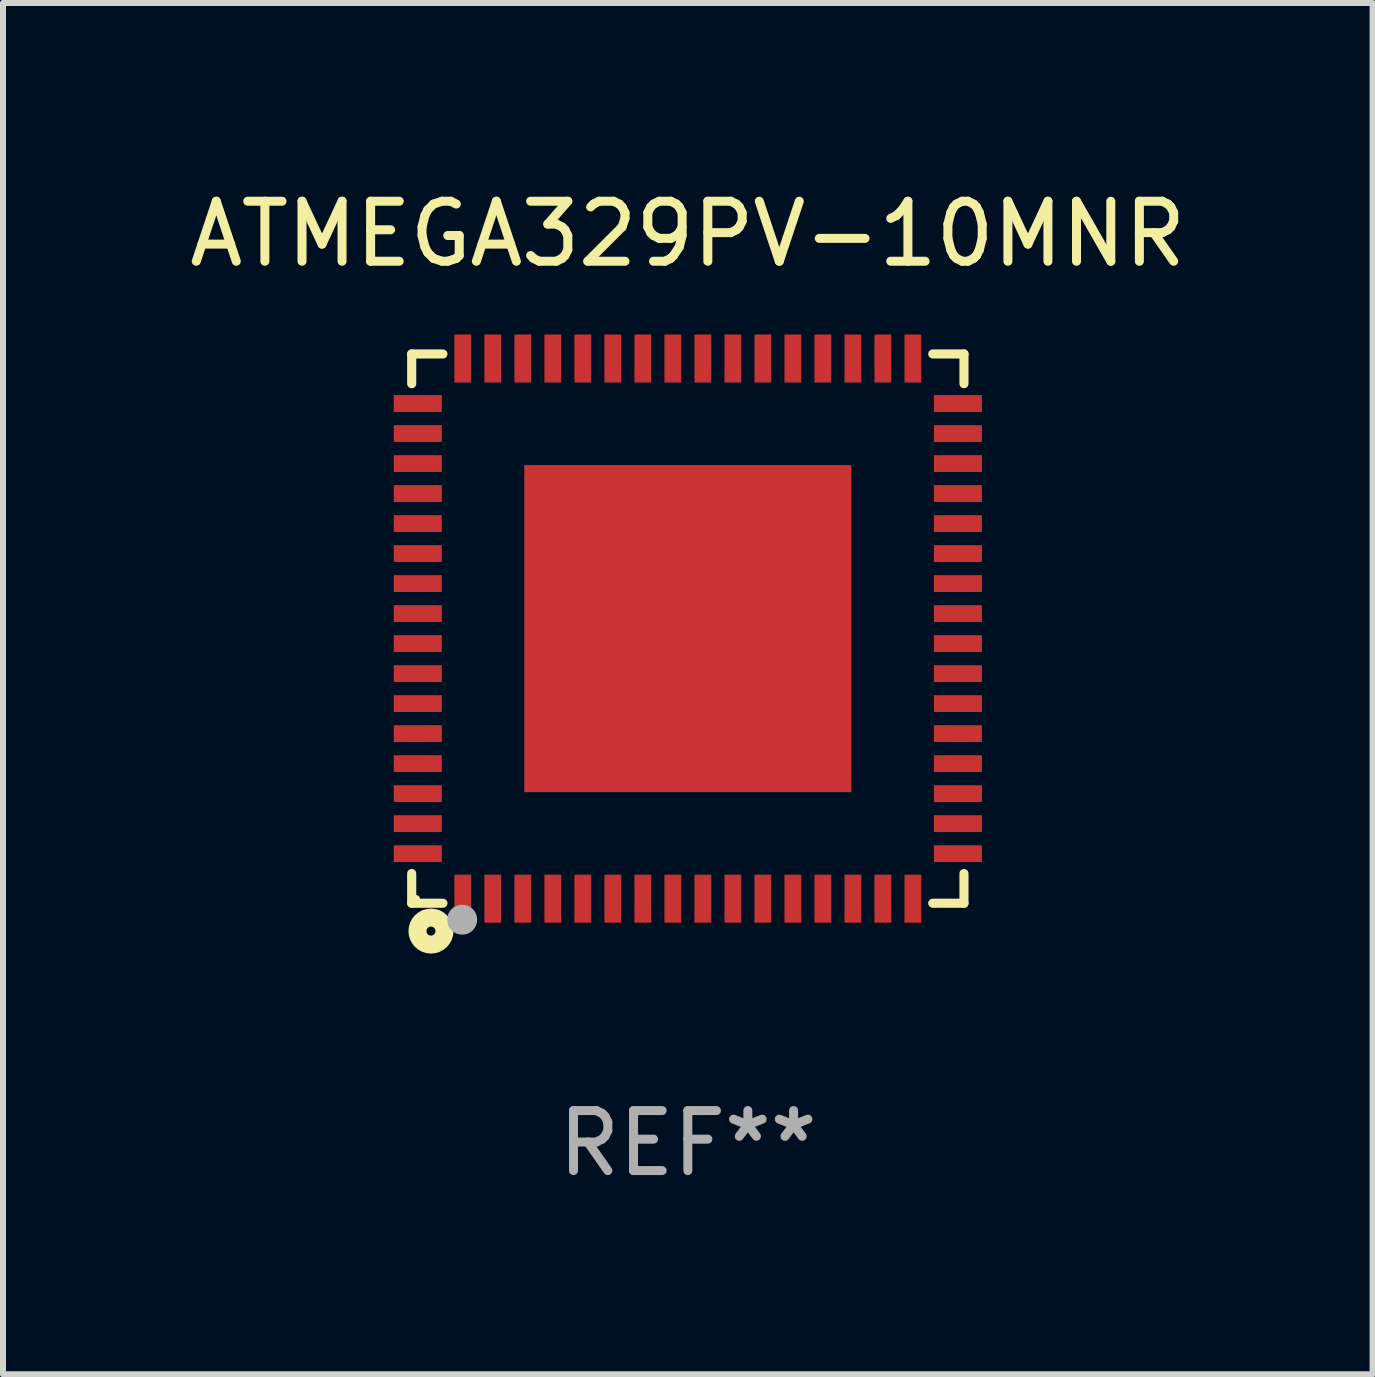
<source format=kicad_pcb>
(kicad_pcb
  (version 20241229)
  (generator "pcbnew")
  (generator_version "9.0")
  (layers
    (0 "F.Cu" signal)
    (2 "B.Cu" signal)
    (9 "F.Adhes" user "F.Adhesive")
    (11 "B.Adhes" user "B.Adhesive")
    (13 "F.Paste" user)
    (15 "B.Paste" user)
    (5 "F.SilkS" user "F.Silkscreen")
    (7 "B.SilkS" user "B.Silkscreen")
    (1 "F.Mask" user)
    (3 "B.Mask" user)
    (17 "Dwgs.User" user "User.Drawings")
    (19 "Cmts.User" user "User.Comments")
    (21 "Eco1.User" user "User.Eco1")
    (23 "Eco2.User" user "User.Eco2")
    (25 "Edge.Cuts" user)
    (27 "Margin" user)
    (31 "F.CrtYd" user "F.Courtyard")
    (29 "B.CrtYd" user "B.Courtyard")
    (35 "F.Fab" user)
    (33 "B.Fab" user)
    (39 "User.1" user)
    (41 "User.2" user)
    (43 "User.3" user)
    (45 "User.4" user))
  (footprint "ATMEGA329PV-10MNR"
    (layer "F.Cu")
    (at 8.411 7.424)
    (property "Reference" "ATMEGA329PV-10MNR" (at 0 -6.576 0) (layer "F.SilkS") (effects (font (size 1 1) (thickness 0.15))))
    (attr through_hole)
    (fp_line (start -4.601 -4.576) (end -4.081 -4.576) (stroke (width 0.152) (type solid)) (layer "F.SilkS"))
    (fp_line (start -4.601 -4.081) (end -4.601 -4.576) (stroke (width 0.152) (type solid)) (layer "F.SilkS"))
    (fp_line (start -4.601 4.081) (end -4.601 4.576) (stroke (width 0.152) (type solid)) (layer "F.SilkS"))
    (fp_line (start -4.601 4.576) (end -4.081 4.576) (stroke (width 0.152) (type solid)) (layer "F.SilkS"))
    (fp_line (start 4.601 -4.576) (end 4.081 -4.576) (stroke (width 0.152) (type solid)) (layer "F.SilkS"))
    (fp_line (start 4.601 -4.081) (end 4.601 -4.576) (stroke (width 0.152) (type solid)) (layer "F.SilkS"))
    (fp_line (start 4.601 4.081) (end 4.601 4.576) (stroke (width 0.152) (type solid)) (layer "F.SilkS"))
    (fp_line (start 4.601 4.576) (end 4.081 4.576) (stroke (width 0.152) (type solid)) (layer "F.SilkS"))
    (fp_circle (center -4.525 4.5) (end -4.495 4.5) (stroke (width 0.06) (type solid)) (fill no) (layer "F.SilkS"))
    (fp_circle (center -4.28 5.04) (end -4.205 5.04) (stroke (width 0.3) (type solid)) (fill no) (layer "F.SilkS"))
    (fp_circle (center -3.76 4.85) (end -3.635 4.85) (stroke (width 0.25) (type solid)) (fill no) (layer "F.Fab"))
    (fp_text user "REF**" (at 0 8.576 0) (layer "F.Fab") (effects (font (size 1 1) (thickness 0.15))))
    (pad "1" smd rect (at -3.75 4.5) (size 0.28 0.8) (layers "F.Cu" "F.Mask" "F.Paste"))
    (pad "2" smd rect (at -3.25 4.5) (size 0.28 0.8) (layers "F.Cu" "F.Mask" "F.Paste"))
    (pad "3" smd rect (at -2.75 4.5) (size 0.28 0.8) (layers "F.Cu" "F.Mask" "F.Paste"))
    (pad "4" smd rect (at -2.25 4.5) (size 0.28 0.8) (layers "F.Cu" "F.Mask" "F.Paste"))
    (pad "5" smd rect (at -1.75 4.5) (size 0.28 0.8) (layers "F.Cu" "F.Mask" "F.Paste"))
    (pad "6" smd rect (at -1.25 4.5) (size 0.28 0.8) (layers "F.Cu" "F.Mask" "F.Paste"))
    (pad "7" smd rect (at -0.75 4.5) (size 0.28 0.8) (layers "F.Cu" "F.Mask" "F.Paste"))
    (pad "8" smd rect (at -0.25 4.5) (size 0.28 0.8) (layers "F.Cu" "F.Mask" "F.Paste"))
    (pad "9" smd rect (at 0.25 4.5) (size 0.28 0.8) (layers "F.Cu" "F.Mask" "F.Paste"))
    (pad "10" smd rect (at 0.75 4.5) (size 0.28 0.8) (layers "F.Cu" "F.Mask" "F.Paste"))
    (pad "11" smd rect (at 1.25 4.5) (size 0.28 0.8) (layers "F.Cu" "F.Mask" "F.Paste"))
    (pad "12" smd rect (at 1.75 4.5) (size 0.28 0.8) (layers "F.Cu" "F.Mask" "F.Paste"))
    (pad "13" smd rect (at 2.25 4.5) (size 0.28 0.8) (layers "F.Cu" "F.Mask" "F.Paste"))
    (pad "14" smd rect (at 2.75 4.5) (size 0.28 0.8) (layers "F.Cu" "F.Mask" "F.Paste"))
    (pad "15" smd rect (at 3.25 4.5) (size 0.28 0.8) (layers "F.Cu" "F.Mask" "F.Paste"))
    (pad "16" smd rect (at 3.75 4.5) (size 0.28 0.8) (layers "F.Cu" "F.Mask" "F.Paste"))
    (pad "17" smd rect (at 4.5 3.75) (size 0.8 0.28) (layers "F.Cu" "F.Mask" "F.Paste"))
    (pad "18" smd rect (at 4.5 3.25) (size 0.8 0.28) (layers "F.Cu" "F.Mask" "F.Paste"))
    (pad "19" smd rect (at 4.5 2.75) (size 0.8 0.28) (layers "F.Cu" "F.Mask" "F.Paste"))
    (pad "20" smd rect (at 4.5 2.25) (size 0.8 0.28) (layers "F.Cu" "F.Mask" "F.Paste"))
    (pad "21" smd rect (at 4.5 1.75) (size 0.8 0.28) (layers "F.Cu" "F.Mask" "F.Paste"))
    (pad "22" smd rect (at 4.5 1.25) (size 0.8 0.28) (layers "F.Cu" "F.Mask" "F.Paste"))
    (pad "23" smd rect (at 4.5 0.75) (size 0.8 0.28) (layers "F.Cu" "F.Mask" "F.Paste"))
    (pad "24" smd rect (at 4.5 0.25) (size 0.8 0.28) (layers "F.Cu" "F.Mask" "F.Paste"))
    (pad "25" smd rect (at 4.5 -0.25) (size 0.8 0.28) (layers "F.Cu" "F.Mask" "F.Paste"))
    (pad "26" smd rect (at 4.5 -0.75) (size 0.8 0.28) (layers "F.Cu" "F.Mask" "F.Paste"))
    (pad "27" smd rect (at 4.5 -1.25) (size 0.8 0.28) (layers "F.Cu" "F.Mask" "F.Paste"))
    (pad "28" smd rect (at 4.5 -1.75) (size 0.8 0.28) (layers "F.Cu" "F.Mask" "F.Paste"))
    (pad "29" smd rect (at 4.5 -2.25) (size 0.8 0.28) (layers "F.Cu" "F.Mask" "F.Paste"))
    (pad "30" smd rect (at 4.5 -2.75) (size 0.8 0.28) (layers "F.Cu" "F.Mask" "F.Paste"))
    (pad "31" smd rect (at 4.5 -3.25) (size 0.8 0.28) (layers "F.Cu" "F.Mask" "F.Paste"))
    (pad "32" smd rect (at 4.5 -3.75) (size 0.8 0.28) (layers "F.Cu" "F.Mask" "F.Paste"))
    (pad "33" smd rect (at 3.75 -4.5) (size 0.28 0.8) (layers "F.Cu" "F.Mask" "F.Paste"))
    (pad "34" smd rect (at 3.25 -4.5) (size 0.28 0.8) (layers "F.Cu" "F.Mask" "F.Paste"))
    (pad "35" smd rect (at 2.75 -4.5) (size 0.28 0.8) (layers "F.Cu" "F.Mask" "F.Paste"))
    (pad "36" smd rect (at 2.25 -4.5) (size 0.28 0.8) (layers "F.Cu" "F.Mask" "F.Paste"))
    (pad "37" smd rect (at 1.75 -4.5) (size 0.28 0.8) (layers "F.Cu" "F.Mask" "F.Paste"))
    (pad "38" smd rect (at 1.25 -4.5) (size 0.28 0.8) (layers "F.Cu" "F.Mask" "F.Paste"))
    (pad "39" smd rect (at 0.75 -4.5) (size 0.28 0.8) (layers "F.Cu" "F.Mask" "F.Paste"))
    (pad "40" smd rect (at 0.25 -4.5) (size 0.28 0.8) (layers "F.Cu" "F.Mask" "F.Paste"))
    (pad "41" smd rect (at -0.25 -4.5) (size 0.28 0.8) (layers "F.Cu" "F.Mask" "F.Paste"))
    (pad "42" smd rect (at -0.75 -4.5) (size 0.28 0.8) (layers "F.Cu" "F.Mask" "F.Paste"))
    (pad "43" smd rect (at -1.25 -4.5) (size 0.28 0.8) (layers "F.Cu" "F.Mask" "F.Paste"))
    (pad "44" smd rect (at -1.75 -4.5) (size 0.28 0.8) (layers "F.Cu" "F.Mask" "F.Paste"))
    (pad "45" smd rect (at -2.25 -4.5) (size 0.28 0.8) (layers "F.Cu" "F.Mask" "F.Paste"))
    (pad "46" smd rect (at -2.75 -4.5) (size 0.28 0.8) (layers "F.Cu" "F.Mask" "F.Paste"))
    (pad "47" smd rect (at -3.25 -4.5) (size 0.28 0.8) (layers "F.Cu" "F.Mask" "F.Paste"))
    (pad "48" smd rect (at -3.75 -4.5) (size 0.28 0.8) (layers "F.Cu" "F.Mask" "F.Paste"))
    (pad "49" smd rect (at -4.5 -3.75) (size 0.8 0.28) (layers "F.Cu" "F.Mask" "F.Paste"))
    (pad "50" smd rect (at -4.5 -3.25) (size 0.8 0.28) (layers "F.Cu" "F.Mask" "F.Paste"))
    (pad "51" smd rect (at -4.5 -2.75) (size 0.8 0.28) (layers "F.Cu" "F.Mask" "F.Paste"))
    (pad "52" smd rect (at -4.5 -2.25) (size 0.8 0.28) (layers "F.Cu" "F.Mask" "F.Paste"))
    (pad "53" smd rect (at -4.5 -1.75) (size 0.8 0.28) (layers "F.Cu" "F.Mask" "F.Paste"))
    (pad "54" smd rect (at -4.5 -1.25) (size 0.8 0.28) (layers "F.Cu" "F.Mask" "F.Paste"))
    (pad "55" smd rect (at -4.5 -0.75) (size 0.8 0.28) (layers "F.Cu" "F.Mask" "F.Paste"))
    (pad "56" smd rect (at -4.5 -0.25) (size 0.8 0.28) (layers "F.Cu" "F.Mask" "F.Paste"))
    (pad "57" smd rect (at -4.5 0.25) (size 0.8 0.28) (layers "F.Cu" "F.Mask" "F.Paste"))
    (pad "58" smd rect (at -4.5 0.75) (size 0.8 0.28) (layers "F.Cu" "F.Mask" "F.Paste"))
    (pad "59" smd rect (at -4.5 1.25) (size 0.8 0.28) (layers "F.Cu" "F.Mask" "F.Paste"))
    (pad "60" smd rect (at -4.5 1.75) (size 0.8 0.28) (layers "F.Cu" "F.Mask" "F.Paste"))
    (pad "61" smd rect (at -4.5 2.25) (size 0.8 0.28) (layers "F.Cu" "F.Mask" "F.Paste"))
    (pad "62" smd rect (at -4.5 2.75) (size 0.8 0.28) (layers "F.Cu" "F.Mask" "F.Paste"))
    (pad "63" smd rect (at -4.5 3.25) (size 0.8 0.28) (layers "F.Cu" "F.Mask" "F.Paste"))
    (pad "64" smd rect (at -4.5 3.75) (size 0.8 0.28) (layers "F.Cu" "F.Mask" "F.Paste"))
    (pad "65" smd rect (at 0 0) (size 5.45 5.45) (layers "F.Cu" "F.Mask" "F.Paste")))
  (gr_rect
    (start -3 -3)
    (end 19.821 19.849)
    (stroke (width 0.1) (type default))
    (fill no)
    (layer "Edge.Cuts")))
</source>
